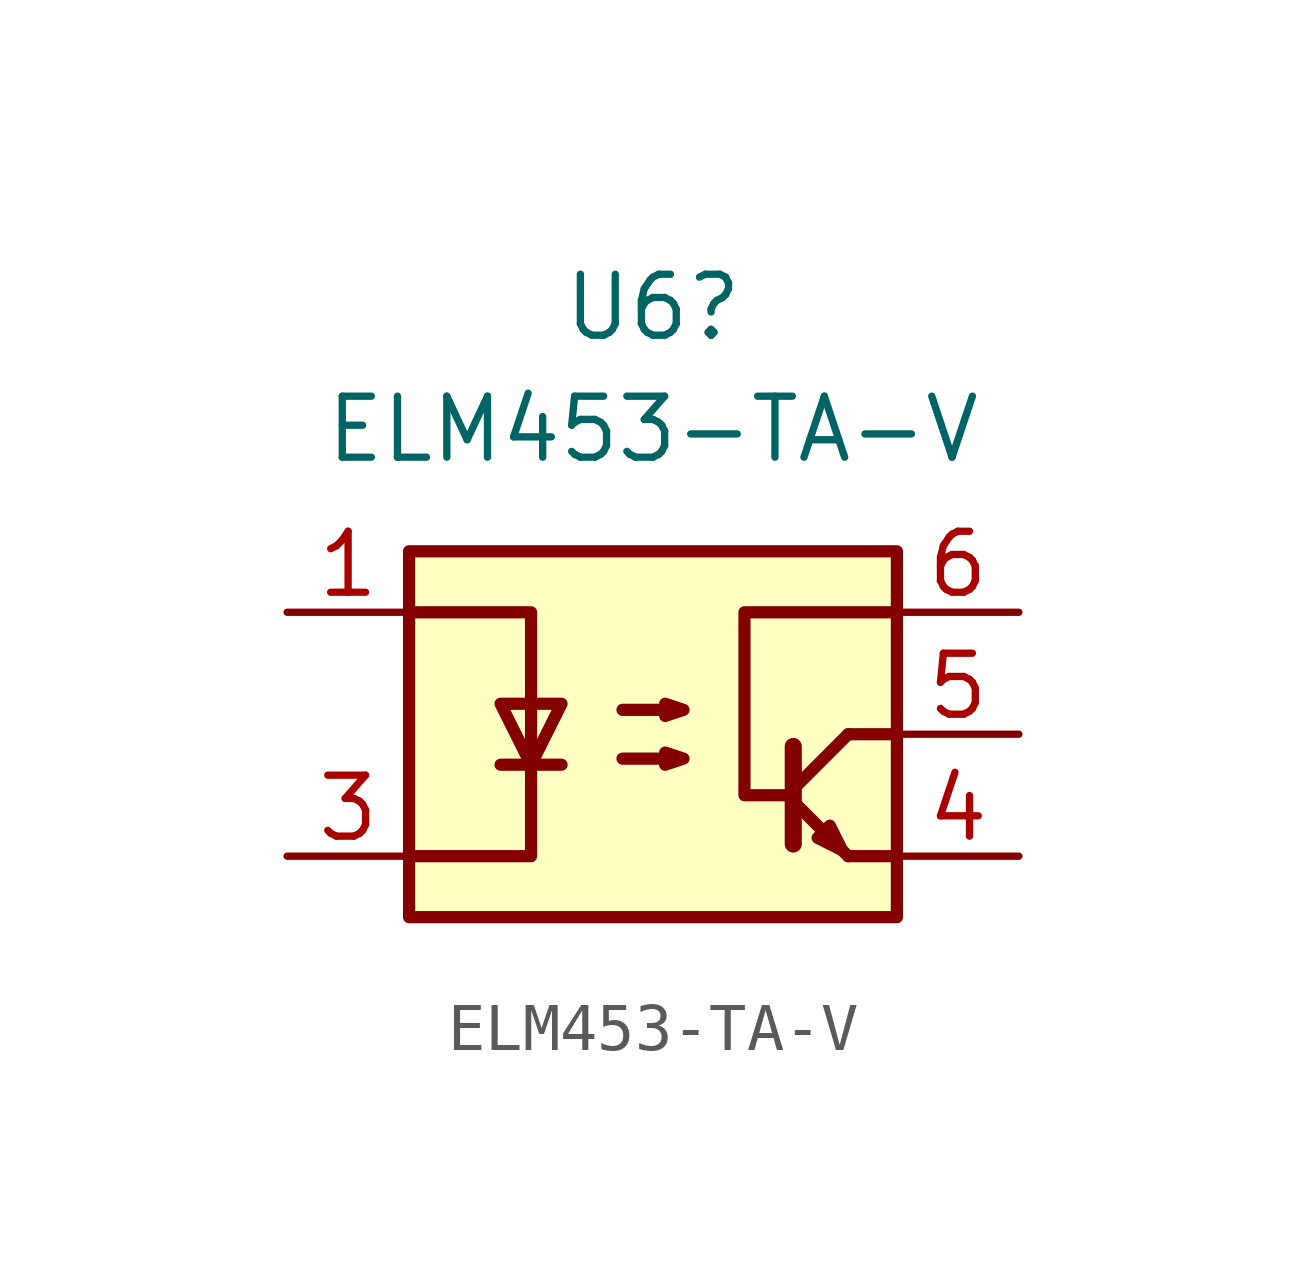
<source format=kicad_sym>
(kicad_symbol_lib
  (version 20231120)
  (generator "kicad_symbol_editor")
  (generator_version "8.0")
  (symbol "ELM453-TA-V"
    (pin_names
      (offset 1.016))
    (property "Reference" "U6"
      (at 0 8.89 0)
      (effects (font (size 1.27 1.27))))
    (property "Value" "ELM453-TA-V"
      (at 0 6.35 0)
      (effects (font (size 1.27 1.27))))
    (symbol "ELM453-TA-V_0_1"
      (rectangle (start -5.08 3.81) (end 5.08 -3.81) (stroke (width 0.254) (type default)) (fill (type background)))
      (polyline (pts (xy -3.175 -0.635) (xy -1.905 -0.635)) (stroke (width 0.254) (type default)) (fill (type none)))
      (polyline (pts (xy 2.921 -1.397) (xy 4.064 -2.54)) (stroke (width 0.254) (type default)) (fill (type none)))
      (polyline (pts (xy 2.921 -1.143) (xy 4.064 0)) (stroke (width 0.254) (type default)) (fill (type none)))
      (polyline (pts (xy 4.064 -2.54) (xy 5.08 -2.54)) (stroke (width 0.254) (type default)) (fill (type none)))
      (polyline (pts (xy 5.08 0) (xy 4.064 0)) (stroke (width 0.254) (type default)) (fill (type none)))
      (polyline (pts (xy 2.921 -0.254) (xy 2.921 -2.286) (xy 2.921 -2.286)) (stroke (width 0.356) (type default)) (fill (type none)))
      (polyline (pts (xy -5.08 -2.54) (xy -2.54 -2.54) (xy -2.54 2.54) (xy -5.08 2.54)) (stroke (width 0.254) (type default)) (fill (type none)))
      (polyline (pts (xy -2.54 -0.635) (xy -3.175 0.635) (xy -1.905 0.635) (xy -2.54 -0.635)) (stroke (width 0.254) (type default)) (fill (type none)))
      (polyline (pts (xy 2.921 -1.27) (xy 1.905 -1.27) (xy 1.905 2.54) (xy 5.08 2.54)) (stroke (width 0.254) (type default)) (fill (type none)))
      (polyline (pts (xy 3.937 -2.413) (xy 3.683 -1.905) (xy 3.429 -2.159) (xy 3.937 -2.413)) (stroke (width 0.254) (type default)) (fill (type none)))
      (polyline (pts (xy -0.635 -0.508) (xy 0.635 -0.508) (xy 0.254 -0.635) (xy 0.254 -0.381) (xy 0.635 -0.508)) (stroke (width 0.254) (type default)) (fill (type none)))
      (polyline (pts (xy -0.635 0.508) (xy 0.635 0.508) (xy 0.254 0.381) (xy 0.254 0.635) (xy 0.635 0.508)) (stroke (width 0.254) (type default)) (fill (type none))))
    (symbol "ELM453-TA-V_1_1"
      (pin passive line (at -7.62 2.54 0) (length 2.54) (name "~" (effects (font (size 1.27 1.27)))) (number "1" (effects (font (size 1.27 1.27)))))
      (pin passive line (at -7.62 -2.54 0) (length 2.54) (name "~" (effects (font (size 1.27 1.27)))) (number "3" (effects (font (size 1.27 1.27)))))
      (pin passive line (at 7.62 -2.54 180) (length 2.54) (name "~" (effects (font (size 1.27 1.27)))) (number "4" (effects (font (size 1.27 1.27)))))
      (pin open_collector line (at 7.62 0 180) (length 2.54) (name "~" (effects (font (size 1.27 1.27)))) (number "5" (effects (font (size 1.27 1.27)))))
      (pin passive line (at 7.62 2.54 180) (length 2.54) (name "~" (effects (font (size 1.27 1.27)))) (number "6" (effects (font (size 1.27 1.27))))))))
</source>
